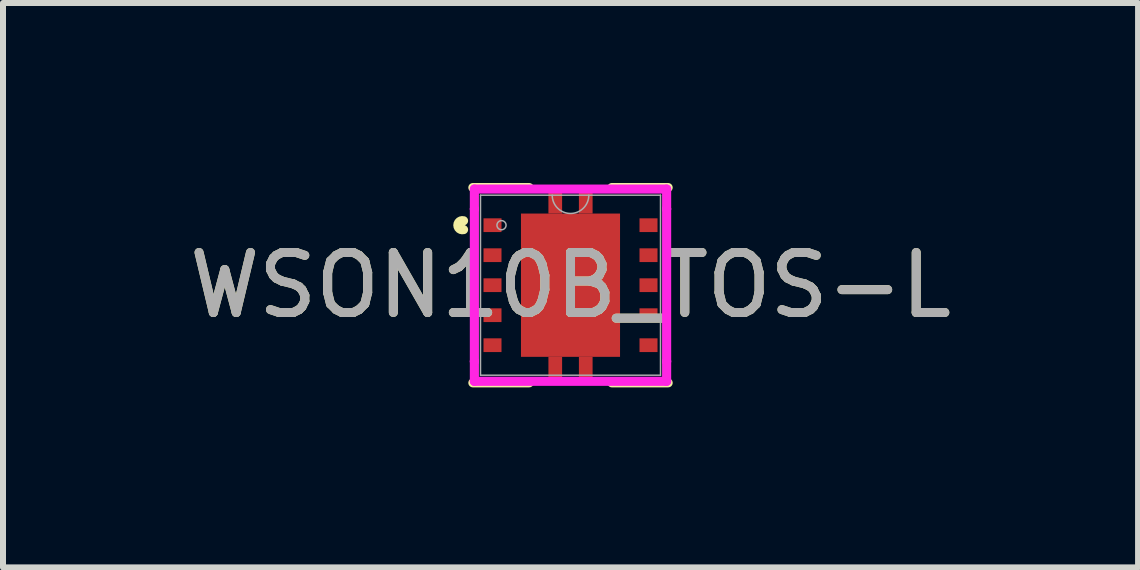
<source format=kicad_pcb>
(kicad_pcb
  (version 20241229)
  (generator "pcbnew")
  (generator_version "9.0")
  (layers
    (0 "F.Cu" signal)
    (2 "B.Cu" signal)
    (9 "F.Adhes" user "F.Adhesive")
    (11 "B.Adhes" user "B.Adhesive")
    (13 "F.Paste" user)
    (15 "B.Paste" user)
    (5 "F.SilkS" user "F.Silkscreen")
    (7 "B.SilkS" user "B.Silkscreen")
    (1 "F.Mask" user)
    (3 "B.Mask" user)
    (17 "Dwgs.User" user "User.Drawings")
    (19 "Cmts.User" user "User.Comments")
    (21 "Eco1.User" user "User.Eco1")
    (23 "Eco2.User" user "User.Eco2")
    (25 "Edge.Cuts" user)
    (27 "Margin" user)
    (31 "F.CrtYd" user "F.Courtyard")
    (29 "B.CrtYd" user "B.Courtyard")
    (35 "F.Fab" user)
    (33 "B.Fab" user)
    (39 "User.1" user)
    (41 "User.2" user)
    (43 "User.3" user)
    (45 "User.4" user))
  (footprint "WSON10B_TOS-L"
    (layer "F.Cu")
    (at 6.458 1.703)
    (property "Reference" "WSON10B_TOS-L" (at 0 0 0) (unlocked yes) (layer "F.SilkS") (effects (font (size 1 1) (thickness 0.15))))
    (attr smd)
    (fp_poly (pts (xy -0.368 -1.194) (xy -0.368 -1.537) (xy -0.14 -1.537) (xy -0.14 -1.194)) (stroke (width 0) (type solid)) (fill yes) (layer "F.Cu"))
    (fp_poly (pts (xy -0.368 1.194) (xy -0.368 1.537) (xy -0.14 1.537) (xy -0.14 1.194)) (stroke (width 0) (type solid)) (fill yes) (layer "F.Cu"))
    (fp_poly (pts (xy 0.368 -1.194) (xy 0.368 -1.537) (xy 0.14 -1.537) (xy 0.14 -1.194)) (stroke (width 0) (type solid)) (fill yes) (layer "F.Cu"))
    (fp_poly (pts (xy 0.368 1.194) (xy 0.368 1.537) (xy 0.14 1.537) (xy 0.14 1.194)) (stroke (width 0) (type solid)) (fill yes) (layer "F.Cu"))
    (fp_poly (pts (xy -0.368 -1.194) (xy -0.368 -1.537) (xy -0.14 -1.537) (xy -0.14 -1.194)) (stroke (width 0) (type solid)) (fill yes) (layer "F.Mask"))
    (fp_poly (pts (xy -0.368 1.194) (xy -0.368 1.537) (xy -0.14 1.537) (xy -0.14 1.194)) (stroke (width 0) (type solid)) (fill yes) (layer "F.Mask"))
    (fp_poly (pts (xy 0.368 -1.194) (xy 0.368 -1.537) (xy 0.14 -1.537) (xy 0.14 -1.194)) (stroke (width 0) (type solid)) (fill yes) (layer "F.Mask"))
    (fp_poly (pts (xy 0.368 1.194) (xy 0.368 1.537) (xy 0.14 1.537) (xy 0.14 1.194)) (stroke (width 0) (type solid)) (fill yes) (layer "F.Mask"))
    (fp_line (start -1.627 1.627) (end -0.689 1.627) (stroke (width 0.152) (type solid)) (layer "F.SilkS"))
    (fp_line (start -0.689 -1.627) (end -1.627 -1.627) (stroke (width 0.152) (type solid)) (layer "F.SilkS"))
    (fp_line (start 0.689 1.627) (end 1.627 1.627) (stroke (width 0.152) (type solid)) (layer "F.SilkS"))
    (fp_line (start 1.627 -1.627) (end 0.689 -1.627) (stroke (width 0.152) (type solid)) (layer "F.SilkS"))
    (fp_arc (start -1.782737 -0.926171) (mid -1.877797 -1) (end -1.782737 -1.073829) (stroke (width 0.1524) (type solid)) (layer "F.SilkS"))
    (fp_poly (pts (xy -0.368 -1.194) (xy -0.368 -1.537) (xy -0.14 -1.537) (xy -0.14 -1.194)) (stroke (width 0) (type solid)) (fill yes) (layer "F.Paste"))
    (fp_poly (pts (xy -0.368 1.194) (xy -0.368 1.537) (xy -0.14 1.537) (xy -0.14 1.194)) (stroke (width 0) (type solid)) (fill yes) (layer "F.Paste"))
    (fp_poly (pts (xy 0.368 -1.194) (xy 0.368 -1.537) (xy 0.14 -1.537) (xy 0.14 -1.194)) (stroke (width 0) (type solid)) (fill yes) (layer "F.Paste"))
    (fp_poly (pts (xy 0.368 1.194) (xy 0.368 1.537) (xy 0.14 1.537) (xy 0.14 1.194)) (stroke (width 0) (type solid)) (fill yes) (layer "F.Paste"))
    (fp_line (start -1.602 -1.602) (end 1.602 -1.602) (stroke (width 0.152) (type solid)) (layer "F.CrtYd"))
    (fp_line (start -1.602 -1.27) (end -1.602 -1.602) (stroke (width 0.152) (type solid)) (layer "F.CrtYd"))
    (fp_line (start -1.602 -1.27) (end -1.602 -1.27) (stroke (width 0.152) (type solid)) (layer "F.CrtYd"))
    (fp_line (start -1.602 1.27) (end -1.602 -1.27) (stroke (width 0.152) (type solid)) (layer "F.CrtYd"))
    (fp_line (start -1.602 1.27) (end -1.602 1.27) (stroke (width 0.152) (type solid)) (layer "F.CrtYd"))
    (fp_line (start -1.602 1.602) (end -1.602 1.27) (stroke (width 0.152) (type solid)) (layer "F.CrtYd"))
    (fp_line (start 1.602 -1.602) (end 1.602 -1.27) (stroke (width 0.152) (type solid)) (layer "F.CrtYd"))
    (fp_line (start 1.602 -1.27) (end 1.602 -1.27) (stroke (width 0.152) (type solid)) (layer "F.CrtYd"))
    (fp_line (start 1.602 -1.27) (end 1.602 1.27) (stroke (width 0.152) (type solid)) (layer "F.CrtYd"))
    (fp_line (start 1.602 1.27) (end 1.602 1.27) (stroke (width 0.152) (type solid)) (layer "F.CrtYd"))
    (fp_line (start 1.602 1.27) (end 1.602 1.602) (stroke (width 0.152) (type solid)) (layer "F.CrtYd"))
    (fp_line (start 1.602 1.602) (end -1.602 1.602) (stroke (width 0.152) (type solid)) (layer "F.CrtYd"))
    (fp_line (start -1.5 -1.5) (end -1.5 1.5) (stroke (width 0.025) (type solid)) (layer "F.Fab"))
    (fp_line (start -1.5 1.5) (end 1.5 1.5) (stroke (width 0.025) (type solid)) (layer "F.Fab"))
    (fp_line (start 1.5 -1.5) (end -1.5 -1.5) (stroke (width 0.025) (type solid)) (layer "F.Fab"))
    (fp_line (start 1.5 1.5) (end 1.5 -1.5) (stroke (width 0.025) (type solid)) (layer "F.Fab"))
    (fp_arc (start 0.3048 -1.499997) (mid 0 -1.195197) (end -0.3048 -1.499997) (stroke (width 0.0254) (type solid)) (layer "F.Fab"))
    (fp_circle (center -1.15 -1) (end -1.074 -1) (stroke (width 0.025) (type solid)) (fill no) (layer "F.Fab"))
    (fp_text user "${REFERENCE}" (at 0 0 0) (unlocked yes) (layer "F.Fab") (effects (font (size 1 1) (thickness 0.15))))
    (pad "1" smd rect (at -1.3 -1) (size 0.3 0.229) (layers "F.Cu" "F.Mask" "F.Paste"))
    (pad "2" smd rect (at -1.3 -0.5) (size 0.3 0.229) (layers "F.Cu" "F.Mask" "F.Paste"))
    (pad "3" smd rect (at -1.3 0) (size 0.3 0.229) (layers "F.Cu" "F.Mask" "F.Paste"))
    (pad "4" smd rect (at -1.3 0.5) (size 0.3 0.229) (layers "F.Cu" "F.Mask" "F.Paste"))
    (pad "5" smd rect (at -1.3 1) (size 0.3 0.229) (layers "F.Cu" "F.Mask" "F.Paste"))
    (pad "6" smd rect (at 1.3 1) (size 0.3 0.229) (layers "F.Cu" "F.Mask" "F.Paste"))
    (pad "7" smd rect (at 1.3 0.5) (size 0.3 0.229) (layers "F.Cu" "F.Mask" "F.Paste"))
    (pad "8" smd rect (at 1.3 0) (size 0.3 0.229) (layers "F.Cu" "F.Mask" "F.Paste"))
    (pad "9" smd rect (at 1.3 -0.5) (size 0.3 0.229) (layers "F.Cu" "F.Mask" "F.Paste"))
    (pad "10" smd rect (at 1.3 -1) (size 0.3 0.229) (layers "F.Cu" "F.Mask" "F.Paste"))
    (pad "11" smd rect (at 0 0) (size 1.651 2.388) (layers "F.Cu" "F.Mask" "F.Paste")))
  (gr_rect
    (start -3 -3)
    (end 15.917 6.406)
    (stroke (width 0.1) (type default))
    (fill no)
    (layer "Edge.Cuts")))
</source>
